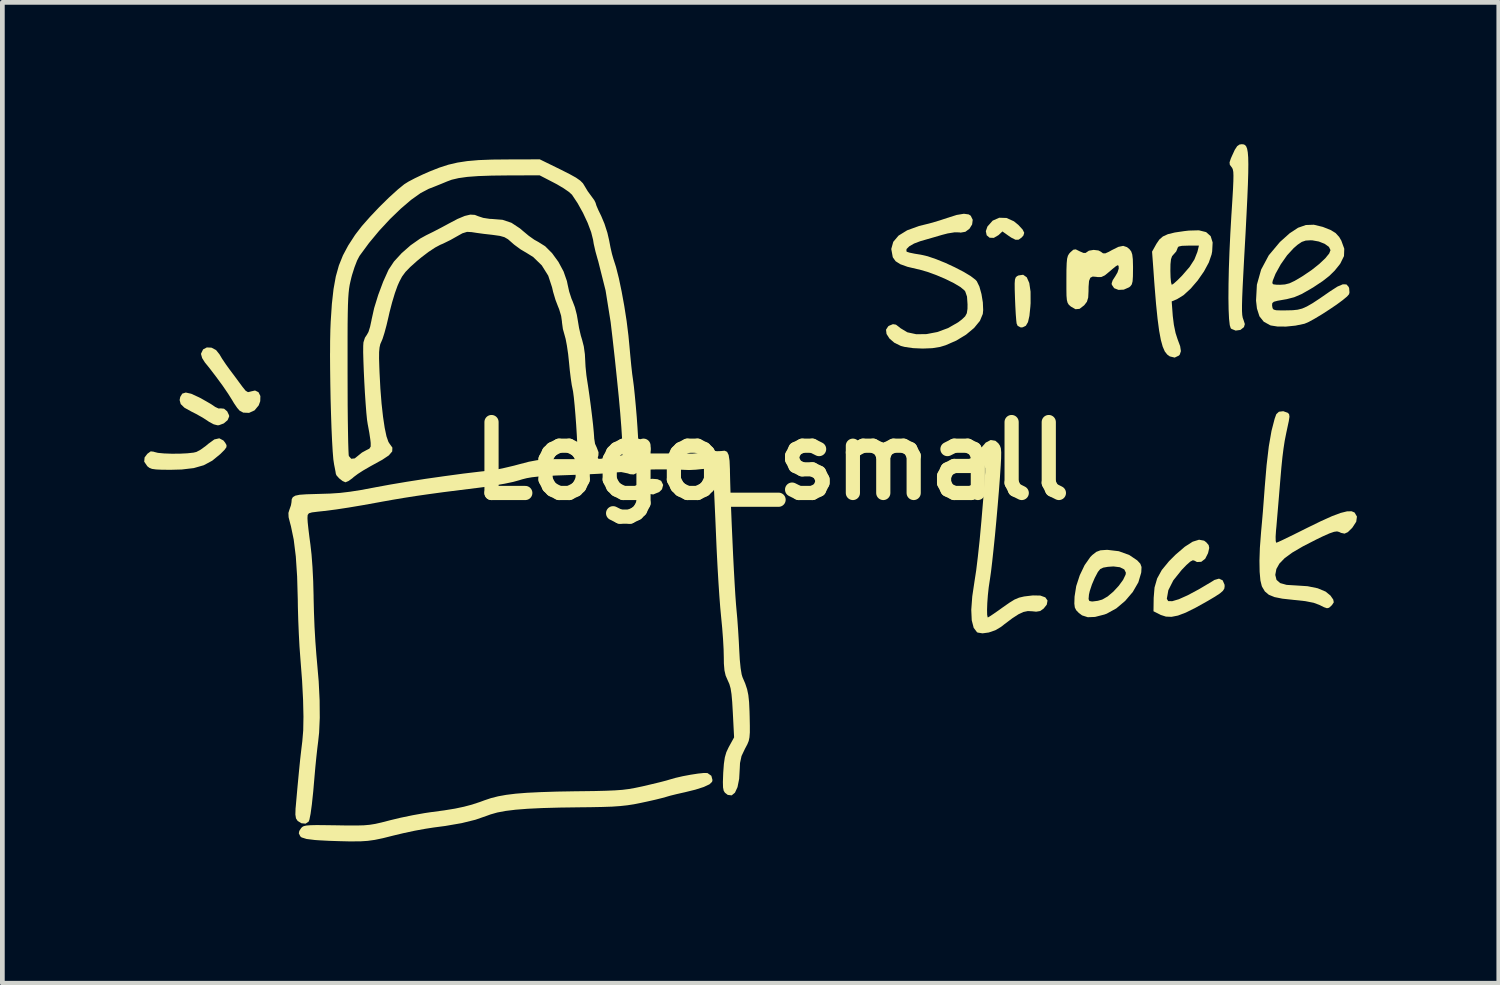
<source format=kicad_pcb>
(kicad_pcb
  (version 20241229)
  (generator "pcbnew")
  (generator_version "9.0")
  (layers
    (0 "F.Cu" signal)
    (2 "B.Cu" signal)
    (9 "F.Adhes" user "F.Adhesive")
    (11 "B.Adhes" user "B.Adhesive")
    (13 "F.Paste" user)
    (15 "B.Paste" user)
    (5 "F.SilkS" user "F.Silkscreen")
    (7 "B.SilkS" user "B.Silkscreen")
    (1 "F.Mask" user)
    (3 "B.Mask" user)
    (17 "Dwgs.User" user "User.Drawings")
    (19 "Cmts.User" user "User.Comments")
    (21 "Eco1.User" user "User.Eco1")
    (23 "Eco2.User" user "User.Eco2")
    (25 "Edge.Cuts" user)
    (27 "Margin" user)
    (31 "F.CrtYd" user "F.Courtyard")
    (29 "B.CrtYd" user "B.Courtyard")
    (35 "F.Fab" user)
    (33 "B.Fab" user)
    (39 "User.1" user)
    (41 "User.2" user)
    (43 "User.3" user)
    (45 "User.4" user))
  (footprint "Logo_small"
    (layer "F.Cu")
    (at 13.274 6.698)
    (property "Reference" "Logo_small" (at 0 0 0) (layer "F.SilkS") (effects (font (size 1.5 1.5) (thickness 0.3))))
    (attr board_only exclude_from_pos_files exclude_from_bom)
    (fp_poly (pts (xy -2.418 0.387) (xy -2.341 0.421) (xy -2.298 0.508) (xy -2.323 0.6) (xy -2.379 0.656) (xy -2.508 0.71) (xy -2.633 0.693) (xy -2.709 0.64) (xy -2.772 0.561) (xy -2.774 0.497) (xy -2.725 0.435) (xy -2.645 0.395) (xy -2.531 0.378)) (stroke (width 0) (type solid)) (fill yes) (layer "F.SilkS"))
    (fp_poly (pts (xy 4.964 -5.138) (xy 5.121 -5.067) (xy 5.218 -4.987) (xy 5.305 -4.892) (xy 5.338 -4.825) (xy 5.321 -4.767) (xy 5.284 -4.725) (xy 5.221 -4.679) (xy 5.154 -4.677) (xy 5.063 -4.723) (xy 5.007 -4.761) (xy 4.877 -4.853) (xy 4.794 -4.775) (xy 4.695 -4.717) (xy 4.606 -4.72) (xy 4.544 -4.772) (xy 4.526 -4.859) (xy 4.56 -4.957) (xy 4.671 -5.082) (xy 4.81 -5.143)) (stroke (width 0) (type solid)) (fill yes) (layer "F.SilkS"))
    (fp_poly (pts (xy 5.392 -3.883) (xy 5.445 -3.763) (xy 5.472 -3.58) (xy 5.473 -3.338) (xy 5.468 -3.263) (xy 5.448 -3.067) (xy 5.418 -2.936) (xy 5.373 -2.859) (xy 5.307 -2.826) (xy 5.266 -2.822) (xy 5.2 -2.855) (xy 5.177 -2.907) (xy 5.169 -2.977) (xy 5.159 -3.104) (xy 5.15 -3.269) (xy 5.143 -3.437) (xy 5.137 -3.626) (xy 5.136 -3.753) (xy 5.142 -3.833) (xy 5.157 -3.879) (xy 5.183 -3.905) (xy 5.215 -3.922) (xy 5.315 -3.937)) (stroke (width 0) (type solid)) (fill yes) (layer "F.SilkS"))
    (fp_poly (pts (xy -12.279 -1.42) (xy -12.116 -1.345) (xy -12.092 -1.333) (xy -11.96 -1.259) (xy -11.848 -1.193) (xy -11.779 -1.146) (xy -11.774 -1.142) (xy -11.701 -1.108) (xy -11.657 -1.111) (xy -11.586 -1.104) (xy -11.519 -1.048) (xy -11.48 -0.966) (xy -11.477 -0.94) (xy -11.51 -0.862) (xy -11.591 -0.793) (xy -11.693 -0.755) (xy -11.724 -0.753) (xy -11.805 -0.774) (xy -11.905 -0.828) (xy -11.932 -0.847) (xy -12.039 -0.916) (xy -12.178 -0.994) (xy -12.277 -1.044) (xy -12.423 -1.125) (xy -12.502 -1.202) (xy -12.525 -1.287) (xy -12.512 -1.353) (xy -12.469 -1.423) (xy -12.394 -1.446)) (stroke (width 0) (type solid)) (fill yes) (layer "F.SilkS"))
    (fp_poly (pts (xy -11.85 -2.395) (xy -11.754 -2.344) (xy -11.682 -2.254) (xy -11.628 -2.163) (xy -11.546 -2.041) (xy -11.462 -1.925) (xy -11.362 -1.792) (xy -11.264 -1.659) (xy -11.199 -1.571) (xy -11.13 -1.485) (xy -11.079 -1.454) (xy -11.027 -1.466) (xy -11.026 -1.467) (xy -10.93 -1.489) (xy -10.857 -1.453) (xy -10.817 -1.372) (xy -10.82 -1.263) (xy -10.852 -1.175) (xy -10.94 -1.069) (xy -11.056 -1.016) (xy -11.179 -1.021) (xy -11.257 -1.063) (xy -11.308 -1.122) (xy -11.375 -1.22) (xy -11.416 -1.289) (xy -11.499 -1.421) (xy -11.615 -1.591) (xy -11.751 -1.776) (xy -11.89 -1.958) (xy -11.992 -2.084) (xy -12.049 -2.175) (xy -12.072 -2.258) (xy -12.072 -2.269) (xy -12.029 -2.358) (xy -11.949 -2.4)) (stroke (width 0) (type solid)) (fill yes) (layer "F.SilkS"))
    (fp_poly (pts (xy -11.599 -0.432) (xy -11.561 -0.384) (xy -11.533 -0.334) (xy -11.535 -0.29) (xy -11.575 -0.234) (xy -11.662 -0.147) (xy -11.671 -0.139) (xy -11.836 -0.004) (xy -12.016 0.092) (xy -12.226 0.152) (xy -12.482 0.182) (xy -12.703 0.188) (xy -12.893 0.187) (xy -13.023 0.181) (xy -13.109 0.169) (xy -13.164 0.147) (xy -13.206 0.115) (xy -13.208 0.113) (xy -13.274 0.017) (xy -13.266 -0.073) (xy -13.207 -0.151) (xy -13.136 -0.202) (xy -13.07 -0.194) (xy -13.059 -0.189) (xy -12.983 -0.17) (xy -12.854 -0.158) (xy -12.693 -0.152) (xy -12.521 -0.153) (xy -12.36 -0.161) (xy -12.231 -0.175) (xy -12.169 -0.19) (xy -12.08 -0.238) (xy -11.971 -0.317) (xy -11.919 -0.361) (xy -11.791 -0.454) (xy -11.686 -0.478)) (stroke (width 0) (type solid)) (fill yes) (layer "F.SilkS"))
    (fp_poly (pts (xy 9.143 1.687) (xy 9.19 1.723) (xy 9.239 1.781) (xy 9.251 1.841) (xy 9.23 1.934) (xy 9.224 1.955) (xy 9.166 2.069) (xy 9.083 2.134) (xy 8.992 2.139) (xy 8.941 2.111) (xy 8.905 2.101) (xy 8.851 2.129) (xy 8.769 2.201) (xy 8.668 2.306) (xy 8.491 2.527) (xy 8.386 2.735) (xy 8.354 2.916) (xy 8.383 2.965) (xy 8.468 2.967) (xy 8.607 2.926) (xy 8.797 2.841) (xy 9.034 2.714) (xy 9.317 2.546) (xy 9.361 2.518) (xy 9.458 2.49) (xy 9.535 2.526) (xy 9.575 2.618) (xy 9.577 2.651) (xy 9.57 2.701) (xy 9.54 2.748) (xy 9.478 2.802) (xy 9.371 2.872) (xy 9.219 2.962) (xy 8.963 3.105) (xy 8.756 3.208) (xy 8.59 3.271) (xy 8.453 3.298) (xy 8.335 3.293) (xy 8.226 3.258) (xy 8.203 3.246) (xy 8.072 3.18) (xy 8.076 2.897) (xy 8.094 2.678) (xy 8.149 2.487) (xy 8.248 2.307) (xy 8.4 2.122) (xy 8.537 1.985) (xy 8.735 1.815) (xy 8.9 1.709) (xy 9.035 1.667)) (stroke (width 0) (type solid)) (fill yes) (layer "F.SilkS"))
    (fp_poly (pts (xy 9.975 -6.695) (xy 10.006 -6.682) (xy 10.032 -6.653) (xy 10.052 -6.603) (xy 10.066 -6.527) (xy 10.075 -6.42) (xy 10.078 -6.276) (xy 10.076 -6.089) (xy 10.069 -5.855) (xy 10.057 -5.567) (xy 10.04 -5.221) (xy 10.019 -4.812) (xy 9.992 -4.333) (xy 9.989 -4.279) (xy 9.971 -3.939) (xy 9.957 -3.666) (xy 9.948 -3.453) (xy 9.944 -3.29) (xy 9.944 -3.17) (xy 9.949 -3.086) (xy 9.959 -3.029) (xy 9.972 -2.991) (xy 9.974 -2.988) (xy 10.004 -2.894) (xy 9.985 -2.829) (xy 9.91 -2.77) (xy 9.81 -2.756) (xy 9.721 -2.792) (xy 9.705 -2.808) (xy 9.685 -2.872) (xy 9.67 -3.005) (xy 9.661 -3.197) (xy 9.657 -3.443) (xy 9.659 -3.734) (xy 9.666 -4.063) (xy 9.679 -4.423) (xy 9.697 -4.806) (xy 9.72 -5.205) (xy 9.723 -5.247) (xy 9.741 -5.532) (xy 9.754 -5.752) (xy 9.761 -5.915) (xy 9.763 -6.031) (xy 9.76 -6.111) (xy 9.75 -6.163) (xy 9.736 -6.197) (xy 9.721 -6.216) (xy 9.686 -6.264) (xy 9.681 -6.315) (xy 9.708 -6.396) (xy 9.729 -6.444) (xy 9.791 -6.579) (xy 9.842 -6.657) (xy 9.891 -6.691) (xy 9.938 -6.698)) (stroke (width 0) (type solid)) (fill yes) (layer "F.SilkS"))
    (fp_poly (pts (xy 7.339 1.91) (xy 7.561 1.991) (xy 7.727 2.103) (xy 7.794 2.175) (xy 7.819 2.244) (xy 7.814 2.347) (xy 7.811 2.368) (xy 7.752 2.568) (xy 7.634 2.772) (xy 7.473 2.961) (xy 7.285 3.12) (xy 7.083 3.231) (xy 7.034 3.249) (xy 6.835 3.3) (xy 6.682 3.306) (xy 6.561 3.267) (xy 6.492 3.215) (xy 6.437 3.158) (xy 6.408 3.1) (xy 6.398 3.018) (xy 6.401 2.922) (xy 6.699 2.922) (xy 6.716 2.963) (xy 6.77 2.973) (xy 6.785 2.973) (xy 6.894 2.959) (xy 6.987 2.933) (xy 7.101 2.868) (xy 7.223 2.765) (xy 7.337 2.642) (xy 7.429 2.516) (xy 7.482 2.406) (xy 7.488 2.364) (xy 7.454 2.295) (xy 7.362 2.249) (xy 7.226 2.232) (xy 7.108 2.24) (xy 7.01 2.257) (xy 6.946 2.287) (xy 6.896 2.349) (xy 6.838 2.459) (xy 6.83 2.474) (xy 6.77 2.614) (xy 6.724 2.753) (xy 6.707 2.829) (xy 6.699 2.922) (xy 6.401 2.922) (xy 6.402 2.889) (xy 6.403 2.867) (xy 6.438 2.647) (xy 6.513 2.418) (xy 6.615 2.205) (xy 6.735 2.034) (xy 6.777 1.991) (xy 6.862 1.924) (xy 6.95 1.891) (xy 7.074 1.882) (xy 7.096 1.881)) (stroke (width 0) (type solid)) (fill yes) (layer "F.SilkS"))
    (fp_poly (pts (xy 9.185 -4.839) (xy 9.281 -4.754) (xy 9.323 -4.62) (xy 9.313 -4.432) (xy 9.301 -4.367) (xy 9.242 -4.196) (xy 9.139 -4.006) (xy 9.006 -3.815) (xy 8.857 -3.642) (xy 8.706 -3.504) (xy 8.569 -3.42) (xy 8.457 -3.373) (xy 8.48 -3.063) (xy 8.503 -2.879) (xy 8.539 -2.705) (xy 8.58 -2.578) (xy 8.636 -2.426) (xy 8.652 -2.322) (xy 8.628 -2.249) (xy 8.61 -2.228) (xy 8.52 -2.185) (xy 8.417 -2.21) (xy 8.364 -2.248) (xy 8.312 -2.313) (xy 8.267 -2.416) (xy 8.227 -2.561) (xy 8.191 -2.756) (xy 8.158 -3.007) (xy 8.126 -3.319) (xy 8.095 -3.698) (xy 8.087 -3.803) (xy 8.072 -4.018) (xy 8.429 -4.018) (xy 8.433 -3.88) (xy 8.443 -3.778) (xy 8.457 -3.727) (xy 8.461 -3.725) (xy 8.501 -3.751) (xy 8.576 -3.818) (xy 8.671 -3.913) (xy 8.682 -3.925) (xy 8.836 -4.103) (xy 8.938 -4.262) (xy 9 -4.419) (xy 9.008 -4.45) (xy 9.033 -4.553) (xy 8.806 -4.553) (xy 8.675 -4.549) (xy 8.604 -4.534) (xy 8.58 -4.504) (xy 8.58 -4.496) (xy 8.553 -4.43) (xy 8.504 -4.375) (xy 8.465 -4.33) (xy 8.442 -4.264) (xy 8.431 -4.159) (xy 8.429 -4.018) (xy 8.072 -4.018) (xy 8.042 -4.426) (xy 8.134 -4.591) (xy 8.195 -4.681) (xy 8.271 -4.747) (xy 8.376 -4.795) (xy 8.524 -4.831) (xy 8.729 -4.861) (xy 8.818 -4.871) (xy 9.032 -4.877)) (stroke (width 0) (type solid)) (fill yes) (layer "F.SilkS"))
    (fp_poly (pts (xy 7.512 -4.521) (xy 7.564 -4.478) (xy 7.601 -4.43) (xy 7.623 -4.365) (xy 7.635 -4.265) (xy 7.639 -4.112) (xy 7.639 -4.066) (xy 7.637 -3.903) (xy 7.63 -3.798) (xy 7.613 -3.733) (xy 7.582 -3.692) (xy 7.555 -3.671) (xy 7.443 -3.622) (xy 7.331 -3.617) (xy 7.24 -3.653) (xy 7.191 -3.725) (xy 7.187 -3.755) (xy 7.209 -3.82) (xy 7.262 -3.902) (xy 7.263 -3.903) (xy 7.311 -3.986) (xy 7.337 -4.068) (xy 7.334 -4.126) (xy 7.314 -4.139) (xy 7.275 -4.116) (xy 7.201 -4.056) (xy 7.141 -4.004) (xy 7.043 -3.924) (xy 6.969 -3.889) (xy 6.891 -3.888) (xy 6.868 -3.892) (xy 6.787 -3.899) (xy 6.736 -3.874) (xy 6.709 -3.806) (xy 6.699 -3.681) (xy 6.698 -3.589) (xy 6.691 -3.455) (xy 6.664 -3.366) (xy 6.608 -3.293) (xy 6.606 -3.291) (xy 6.509 -3.216) (xy 6.423 -3.208) (xy 6.325 -3.264) (xy 6.317 -3.271) (xy 6.28 -3.304) (xy 6.256 -3.343) (xy 6.24 -3.402) (xy 6.232 -3.494) (xy 6.23 -3.634) (xy 6.23 -3.835) (xy 6.23 -3.836) (xy 6.231 -4.039) (xy 6.236 -4.181) (xy 6.245 -4.276) (xy 6.262 -4.339) (xy 6.288 -4.383) (xy 6.315 -4.413) (xy 6.377 -4.467) (xy 6.428 -4.474) (xy 6.503 -4.437) (xy 6.51 -4.433) (xy 6.59 -4.399) (xy 6.638 -4.399) (xy 6.641 -4.402) (xy 6.706 -4.446) (xy 6.806 -4.463) (xy 6.907 -4.451) (xy 6.959 -4.424) (xy 7.004 -4.391) (xy 7.052 -4.389) (xy 7.127 -4.422) (xy 7.191 -4.458) (xy 7.33 -4.527) (xy 7.431 -4.548)) (stroke (width 0) (type solid)) (fill yes) (layer "F.SilkS"))
    (fp_poly (pts (xy 4.728 -0.426) (xy 4.79 -0.373) (xy 4.824 -0.323) (xy 4.844 -0.266) (xy 4.851 -0.181) (xy 4.849 -0.054) (xy 4.841 0.094) (xy 4.824 0.352) (xy 4.802 0.642) (xy 4.776 0.953) (xy 4.748 1.27) (xy 4.719 1.58) (xy 4.689 1.871) (xy 4.661 2.13) (xy 4.636 2.342) (xy 4.614 2.496) (xy 4.61 2.521) (xy 4.587 2.675) (xy 4.569 2.842) (xy 4.557 3.005) (xy 4.552 3.149) (xy 4.554 3.255) (xy 4.565 3.308) (xy 4.57 3.311) (xy 4.605 3.291) (xy 4.688 3.236) (xy 4.803 3.156) (xy 4.875 3.104) (xy 5.022 3.001) (xy 5.132 2.933) (xy 5.229 2.892) (xy 5.336 2.867) (xy 5.478 2.85) (xy 5.521 2.845) (xy 5.678 2.848) (xy 5.784 2.886) (xy 5.831 2.953) (xy 5.815 3.04) (xy 5.748 3.124) (xy 5.676 3.175) (xy 5.59 3.189) (xy 5.504 3.18) (xy 5.414 3.176) (xy 5.322 3.195) (xy 5.218 3.243) (xy 5.087 3.328) (xy 4.918 3.455) (xy 4.847 3.511) (xy 4.728 3.581) (xy 4.589 3.629) (xy 4.456 3.647) (xy 4.355 3.631) (xy 4.339 3.623) (xy 4.269 3.53) (xy 4.228 3.371) (xy 4.218 3.149) (xy 4.239 2.866) (xy 4.288 2.537) (xy 4.322 2.317) (xy 4.357 2.029) (xy 4.395 1.679) (xy 4.432 1.276) (xy 4.47 0.824) (xy 4.503 0.395) (xy 4.512 0.245) (xy 4.512 0.153) (xy 4.499 0.101) (xy 4.469 0.072) (xy 4.436 0.056) (xy 4.355 -0.004) (xy 4.34 -0.094) (xy 4.388 -0.217) (xy 4.418 -0.265) (xy 4.524 -0.387) (xy 4.629 -0.442)) (stroke (width 0) (type solid)) (fill yes) (layer "F.SilkS"))
    (fp_poly (pts (xy 4.164 -5.213) (xy 4.207 -5.185) (xy 4.249 -5.099) (xy 4.236 -5.001) (xy 4.18 -4.91) (xy 4.094 -4.846) (xy 3.992 -4.828) (xy 3.968 -4.833) (xy 3.868 -4.835) (xy 3.719 -4.811) (xy 3.599 -4.78) (xy 3.432 -4.731) (xy 3.262 -4.682) (xy 3.138 -4.646) (xy 3.008 -4.597) (xy 2.908 -4.539) (xy 2.849 -4.481) (xy 2.846 -4.434) (xy 2.859 -4.422) (xy 2.915 -4.404) (xy 3.023 -4.382) (xy 3.153 -4.361) (xy 3.296 -4.328) (xy 3.474 -4.267) (xy 3.67 -4.188) (xy 3.868 -4.096) (xy 4.052 -4.001) (xy 4.204 -3.91) (xy 4.308 -3.83) (xy 4.335 -3.8) (xy 4.39 -3.687) (xy 4.434 -3.529) (xy 4.463 -3.353) (xy 4.47 -3.189) (xy 4.462 -3.108) (xy 4.401 -2.962) (xy 4.278 -2.812) (xy 4.108 -2.67) (xy 3.902 -2.545) (xy 3.675 -2.446) (xy 3.556 -2.41) (xy 3.392 -2.384) (xy 3.192 -2.376) (xy 2.987 -2.385) (xy 2.808 -2.411) (xy 2.728 -2.432) (xy 2.59 -2.5) (xy 2.487 -2.589) (xy 2.426 -2.685) (xy 2.415 -2.775) (xy 2.461 -2.846) (xy 2.481 -2.859) (xy 2.561 -2.892) (xy 2.625 -2.882) (xy 2.703 -2.823) (xy 2.721 -2.807) (xy 2.866 -2.72) (xy 3.055 -2.679) (xy 3.272 -2.682) (xy 3.502 -2.726) (xy 3.729 -2.81) (xy 3.94 -2.931) (xy 4.021 -2.993) (xy 4.089 -3.058) (xy 4.124 -3.123) (xy 4.138 -3.216) (xy 4.139 -3.311) (xy 4.128 -3.475) (xy 4.091 -3.583) (xy 4.073 -3.607) (xy 3.989 -3.677) (xy 3.851 -3.759) (xy 3.677 -3.845) (xy 3.485 -3.927) (xy 3.294 -3.997) (xy 3.121 -4.047) (xy 3.087 -4.054) (xy 2.87 -4.105) (xy 2.717 -4.16) (xy 2.618 -4.223) (xy 2.562 -4.301) (xy 2.557 -4.313) (xy 2.526 -4.482) (xy 2.568 -4.633) (xy 2.68 -4.765) (xy 2.862 -4.877) (xy 3.112 -4.968) (xy 3.274 -5.008) (xy 3.398 -5.04) (xy 3.557 -5.088) (xy 3.704 -5.137) (xy 3.91 -5.202) (xy 4.062 -5.227)) (stroke (width 0) (type solid)) (fill yes) (layer "F.SilkS"))
    (fp_poly (pts (xy 10.911 -1.018) (xy 10.94 -0.988) (xy 10.948 -0.936) (xy 10.934 -0.843) (xy 10.917 -0.764) (xy 10.879 -0.586) (xy 10.847 -0.424) (xy 10.822 -0.261) (xy 10.799 -0.079) (xy 10.777 0.137) (xy 10.754 0.405) (xy 10.744 0.527) (xy 10.724 0.769) (xy 10.704 1.005) (xy 10.686 1.216) (xy 10.672 1.385) (xy 10.663 1.477) (xy 10.655 1.604) (xy 10.657 1.695) (xy 10.668 1.731) (xy 10.669 1.731) (xy 10.71 1.715) (xy 10.808 1.67) (xy 10.95 1.601) (xy 11.127 1.514) (xy 11.323 1.416) (xy 11.614 1.274) (xy 11.847 1.169) (xy 12.028 1.101) (xy 12.165 1.067) (xy 12.262 1.065) (xy 12.325 1.092) (xy 12.375 1.177) (xy 12.36 1.286) (xy 12.28 1.409) (xy 12.269 1.422) (xy 12.182 1.507) (xy 12.113 1.538) (xy 12.038 1.522) (xy 11.999 1.503) (xy 11.954 1.491) (xy 11.89 1.5) (xy 11.794 1.533) (xy 11.652 1.596) (xy 11.522 1.659) (xy 11.233 1.807) (xy 11.009 1.938) (xy 10.845 2.058) (xy 10.735 2.172) (xy 10.671 2.286) (xy 10.649 2.404) (xy 10.649 2.416) (xy 10.674 2.516) (xy 10.751 2.584) (xy 10.887 2.622) (xy 11.083 2.634) (xy 11.331 2.65) (xy 11.545 2.694) (xy 11.712 2.764) (xy 11.814 2.847) (xy 11.874 2.933) (xy 11.885 2.991) (xy 11.848 3.048) (xy 11.832 3.064) (xy 11.785 3.106) (xy 11.741 3.116) (xy 11.677 3.094) (xy 11.581 3.046) (xy 11.46 3.001) (xy 11.283 2.966) (xy 11.04 2.94) (xy 11.031 2.939) (xy 10.8 2.914) (xy 10.63 2.88) (xy 10.511 2.831) (xy 10.428 2.761) (xy 10.37 2.664) (xy 10.362 2.646) (xy 10.333 2.527) (xy 10.317 2.345) (xy 10.313 2.112) (xy 10.322 1.839) (xy 10.345 1.538) (xy 10.349 1.486) (xy 10.366 1.301) (xy 10.386 1.07) (xy 10.405 0.82) (xy 10.423 0.581) (xy 10.424 0.564) (xy 10.464 0.091) (xy 10.511 -0.308) (xy 10.568 -0.635) (xy 10.634 -0.89) (xy 10.669 -0.988) (xy 10.725 -1.04) (xy 10.816 -1.051)) (stroke (width 0) (type solid)) (fill yes) (layer "F.SilkS"))
    (fp_poly (pts (xy 11.646 -4.951) (xy 11.656 -4.948) (xy 11.817 -4.884) (xy 11.924 -4.819) (xy 12 -4.735) (xy 12.045 -4.658) (xy 12.107 -4.487) (xy 12.101 -4.332) (xy 12.025 -4.177) (xy 12.009 -4.154) (xy 11.905 -4.025) (xy 11.791 -3.913) (xy 11.649 -3.802) (xy 11.462 -3.678) (xy 11.388 -3.633) (xy 11.205 -3.529) (xy 11.049 -3.462) (xy 10.89 -3.421) (xy 10.832 -3.411) (xy 10.696 -3.387) (xy 10.618 -3.366) (xy 10.585 -3.338) (xy 10.58 -3.295) (xy 10.582 -3.275) (xy 10.591 -3.228) (xy 10.614 -3.2) (xy 10.668 -3.186) (xy 10.769 -3.183) (xy 10.894 -3.184) (xy 11.018 -3.187) (xy 11.121 -3.198) (xy 11.216 -3.222) (xy 11.316 -3.266) (xy 11.436 -3.335) (xy 11.588 -3.435) (xy 11.786 -3.572) (xy 11.806 -3.586) (xy 11.963 -3.687) (xy 12.076 -3.735) (xy 12.152 -3.733) (xy 12.199 -3.681) (xy 12.21 -3.652) (xy 12.217 -3.562) (xy 12.208 -3.525) (xy 12.165 -3.476) (xy 12.072 -3.399) (xy 11.943 -3.304) (xy 11.792 -3.202) (xy 11.634 -3.1) (xy 11.484 -3.01) (xy 11.357 -2.94) (xy 11.266 -2.901) (xy 11.261 -2.9) (xy 11.074 -2.861) (xy 10.876 -2.841) (xy 10.695 -2.842) (xy 10.555 -2.864) (xy 10.54 -2.869) (xy 10.404 -2.944) (xy 10.313 -3.058) (xy 10.26 -3.223) (xy 10.241 -3.39) (xy 10.259 -3.727) (xy 10.268 -3.759) (xy 10.585 -3.759) (xy 10.607 -3.734) (xy 10.678 -3.726) (xy 10.752 -3.725) (xy 10.852 -3.732) (xy 10.947 -3.756) (xy 11.056 -3.807) (xy 11.202 -3.893) (xy 11.234 -3.913) (xy 11.418 -4.038) (xy 11.579 -4.166) (xy 11.706 -4.286) (xy 11.789 -4.388) (xy 11.816 -4.458) (xy 11.782 -4.527) (xy 11.693 -4.591) (xy 11.569 -4.64) (xy 11.431 -4.665) (xy 11.396 -4.666) (xy 11.292 -4.66) (xy 11.209 -4.632) (xy 11.12 -4.572) (xy 11.036 -4.499) (xy 10.898 -4.349) (xy 10.764 -4.158) (xy 10.653 -3.958) (xy 10.594 -3.81) (xy 10.585 -3.759) (xy 10.268 -3.759) (xy 10.349 -4.047) (xy 10.51 -4.348) (xy 10.742 -4.625) (xy 10.754 -4.637) (xy 10.953 -4.815) (xy 11.129 -4.931) (xy 11.295 -4.989) (xy 11.463 -4.995)) (stroke (width 0) (type solid)) (fill yes) (layer "F.SilkS"))
    (fp_poly (pts (xy -1.362 6.602) (xy -1.359 6.603) (xy -1.279 6.66) (xy -1.255 6.75) (xy -1.264 6.788) (xy -1.319 6.84) (xy -1.439 6.896) (xy -1.617 6.953) (xy -1.844 7.009) (xy -1.863 7.013) (xy -2.013 7.047) (xy -2.15 7.081) (xy -2.239 7.107) (xy -2.322 7.13) (xy -2.458 7.164) (xy -2.626 7.202) (xy -2.766 7.232) (xy -2.916 7.262) (xy -3.059 7.284) (xy -3.208 7.3) (xy -3.378 7.312) (xy -3.584 7.319) (xy -3.842 7.324) (xy -4.045 7.326) (xy -4.483 7.332) (xy -4.852 7.342) (xy -5.162 7.357) (xy -5.419 7.377) (xy -5.631 7.403) (xy -5.806 7.436) (xy -5.95 7.477) (xy -6.018 7.502) (xy -6.268 7.589) (xy -6.56 7.661) (xy -6.907 7.721) (xy -7.15 7.753) (xy -7.33 7.781) (xy -7.554 7.822) (xy -7.792 7.873) (xy -8.005 7.924) (xy -8.224 7.979) (xy -8.396 8.015) (xy -8.547 8.036) (xy -8.701 8.046) (xy -8.884 8.047) (xy -8.946 8.047) (xy -9.156 8.042) (xy -9.37 8.035) (xy -9.56 8.025) (xy -9.663 8.018) (xy -9.841 7.996) (xy -9.946 7.963) (xy -9.973 7.94) (xy -10.004 7.877) (xy -9.994 7.826) (xy -9.956 7.768) (xy -9.933 7.743) (xy -9.899 7.724) (xy -9.844 7.712) (xy -9.756 7.705) (xy -9.625 7.702) (xy -9.44 7.704) (xy -9.213 7.707) (xy -8.966 7.711) (xy -8.777 7.711) (xy -8.629 7.707) (xy -8.505 7.696) (xy -8.387 7.677) (xy -8.259 7.648) (xy -8.103 7.608) (xy -8.077 7.601) (xy -7.848 7.546) (xy -7.592 7.493) (xy -7.345 7.449) (xy -7.211 7.429) (xy -6.928 7.391) (xy -6.701 7.354) (xy -6.512 7.314) (xy -6.342 7.269) (xy -6.172 7.213) (xy -6.077 7.178) (xy -5.94 7.132) (xy -5.79 7.094) (xy -5.618 7.063) (xy -5.417 7.038) (xy -5.177 7.019) (xy -4.889 7.005) (xy -4.546 6.994) (xy -4.139 6.987) (xy -4.026 6.986) (xy -3.734 6.982) (xy -3.502 6.976) (xy -3.317 6.968) (xy -3.163 6.957) (xy -3.028 6.94) (xy -2.897 6.917) (xy -2.754 6.887) (xy -2.709 6.877) (xy -2.527 6.834) (xy -2.361 6.794) (xy -2.231 6.76) (xy -2.164 6.74) (xy -2.038 6.704) (xy -1.882 6.668) (xy -1.716 6.637) (xy -1.56 6.613) (xy -1.435 6.6)) (stroke (width 0) (type solid)) (fill yes) (layer "F.SilkS"))
    (fp_poly (pts (xy -4.469 -6.163) (xy -4.277 -6.066) (xy -4.142 -5.991) (xy -4.052 -5.928) (xy -3.995 -5.871) (xy -3.966 -5.824) (xy -3.894 -5.704) (xy -3.814 -5.595) (xy -3.755 -5.514) (xy -3.726 -5.455) (xy -3.725 -5.449) (xy -3.709 -5.397) (xy -3.667 -5.3) (xy -3.608 -5.179) (xy -3.54 -5.017) (xy -3.478 -4.825) (xy -3.441 -4.665) (xy -3.412 -4.513) (xy -3.381 -4.378) (xy -3.355 -4.287) (xy -3.354 -4.283) (xy -3.296 -4.102) (xy -3.235 -3.862) (xy -3.176 -3.58) (xy -3.12 -3.273) (xy -3.071 -2.958) (xy -3.033 -2.651) (xy -3.012 -2.432) (xy -2.993 -2.223) (xy -2.973 -2.017) (xy -2.953 -1.838) (xy -2.936 -1.717) (xy -2.918 -1.578) (xy -2.898 -1.386) (xy -2.877 -1.162) (xy -2.857 -0.926) (xy -2.841 -0.697) (xy -2.829 -0.498) (xy -2.823 -0.346) (xy -2.822 -0.314) (xy -2.822 -0.158) (xy -2.324 -0.158) (xy -2.123 -0.158) (xy -1.937 -0.157) (xy -1.786 -0.156) (xy -1.688 -0.154) (xy -1.682 -0.154) (xy -1.566 -0.165) (xy -1.471 -0.197) (xy -1.462 -0.203) (xy -1.369 -0.237) (xy -1.27 -0.223) (xy -1.162 -0.205) (xy -1.076 -0.208) (xy -0.999 -0.216) (xy -0.946 -0.192) (xy -0.913 -0.124) (xy -0.894 -0.003) (xy -0.886 0.182) (xy -0.886 0.213) (xy -0.881 0.434) (xy -0.873 0.702) (xy -0.862 1.004) (xy -0.849 1.327) (xy -0.834 1.659) (xy -0.819 1.989) (xy -0.803 2.302) (xy -0.787 2.588) (xy -0.772 2.834) (xy -0.758 3.028) (xy -0.748 3.142) (xy -0.73 3.341) (xy -0.713 3.58) (xy -0.698 3.826) (xy -0.69 3.989) (xy -0.678 4.202) (xy -0.66 4.383) (xy -0.638 4.516) (xy -0.621 4.573) (xy -0.563 4.708) (xy -0.523 4.828) (xy -0.497 4.952) (xy -0.481 5.1) (xy -0.472 5.294) (xy -0.469 5.4) (xy -0.465 5.601) (xy -0.465 5.744) (xy -0.473 5.846) (xy -0.489 5.923) (xy -0.518 5.994) (xy -0.561 6.075) (xy -0.567 6.086) (xy -0.641 6.242) (xy -0.673 6.391) (xy -0.678 6.5) (xy -0.691 6.725) (xy -0.726 6.9) (xy -0.78 7.017) (xy -0.849 7.074) (xy -0.932 7.064) (xy -0.992 7.018) (xy -1.018 6.976) (xy -1.032 6.906) (xy -1.035 6.792) (xy -1.029 6.62) (xy -1.028 6.595) (xy -1.014 6.407) (xy -0.994 6.271) (xy -0.963 6.163) (xy -0.914 6.058) (xy -0.903 6.038) (xy -0.798 5.847) (xy -0.825 5.323) (xy -0.838 5.098) (xy -0.853 4.933) (xy -0.872 4.811) (xy -0.898 4.719) (xy -0.934 4.639) (xy -0.977 4.54) (xy -1.002 4.43) (xy -1.014 4.288) (xy -1.016 4.15) (xy -1.02 3.983) (xy -1.032 3.767) (xy -1.05 3.532) (xy -1.072 3.303) (xy -1.073 3.293) (xy -1.091 3.102) (xy -1.11 2.854) (xy -1.129 2.568) (xy -1.147 2.262) (xy -1.163 1.954) (xy -1.171 1.787) (xy -1.183 1.502) (xy -1.195 1.221) (xy -1.207 0.961) (xy -1.217 0.735) (xy -1.225 0.56) (xy -1.23 0.475) (xy -1.247 0.141) (xy -1.461 0.171) (xy -1.607 0.186) (xy -1.745 0.193) (xy -1.806 0.191) (xy -1.9 0.187) (xy -2.045 0.183) (xy -2.22 0.18) (xy -2.336 0.179) (xy -2.529 0.181) (xy -2.664 0.19) (xy -2.756 0.208) (xy -2.823 0.237) (xy -2.834 0.244) (xy -2.92 0.287) (xy -2.999 0.281) (xy -3.048 0.264) (xy -3.186 0.236) (xy -3.283 0.243) (xy -3.356 0.252) (xy -3.491 0.262) (xy -3.676 0.273) (xy -3.898 0.284) (xy -4.144 0.294) (xy -4.252 0.298) (xy -4.54 0.308) (xy -4.765 0.319) (xy -4.939 0.331) (xy -5.074 0.346) (xy -5.183 0.365) (xy -5.278 0.389) (xy -5.343 0.409) (xy -5.47 0.444) (xy -5.65 0.482) (xy -5.864 0.519) (xy -6.089 0.553) (xy -6.171 0.564) (xy -6.59 0.616) (xy -6.947 0.661) (xy -7.254 0.703) (xy -7.526 0.742) (xy -7.774 0.781) (xy -8.012 0.821) (xy -8.253 0.864) (xy -8.279 0.869) (xy -8.644 0.935) (xy -8.953 0.987) (xy -9.222 1.028) (xy -9.467 1.059) (xy -9.605 1.074) (xy -9.726 1.089) (xy -9.791 1.108) (xy -9.817 1.144) (xy -9.821 1.207) (xy -9.821 1.216) (xy -9.816 1.301) (xy -9.801 1.441) (xy -9.78 1.613) (xy -9.759 1.769) (xy -9.735 1.981) (xy -9.715 2.246) (xy -9.7 2.541) (xy -9.692 2.843) (xy -9.691 2.916) (xy -9.684 3.198) (xy -9.672 3.509) (xy -9.654 3.819) (xy -9.633 4.099) (xy -9.621 4.233) (xy -9.584 4.661) (xy -9.564 5.065) (xy -9.561 5.433) (xy -9.575 5.75) (xy -9.595 5.935) (xy -9.613 6.08) (xy -9.634 6.272) (xy -9.655 6.483) (xy -9.669 6.642) (xy -9.699 6.99) (xy -9.728 7.264) (xy -9.755 7.462) (xy -9.78 7.587) (xy -9.796 7.629) (xy -9.861 7.672) (xy -9.951 7.663) (xy -10.029 7.614) (xy -10.064 7.561) (xy -10.077 7.479) (xy -10.073 7.348) (xy -10.07 7.323) (xy -10.034 6.917) (xy -10.002 6.578) (xy -9.974 6.3) (xy -9.948 6.075) (xy -9.93 5.927) (xy -9.911 5.701) (xy -9.906 5.409) (xy -9.914 5.055) (xy -9.935 4.648) (xy -9.97 4.193) (xy -9.974 4.139) (xy -9.99 3.923) (xy -10.004 3.657) (xy -10.016 3.37) (xy -10.024 3.086) (xy -10.026 2.935) (xy -10.04 2.443) (xy -10.068 2.019) (xy -10.112 1.664) (xy -10.171 1.38) (xy -10.186 1.325) (xy -10.22 1.192) (xy -10.224 1.1) (xy -10.203 1.032) (xy -10.17 0.937) (xy -10.159 0.873) (xy -10.154 0.81) (xy -10.13 0.766) (xy -10.078 0.735) (xy -9.986 0.716) (xy -9.843 0.706) (xy -9.639 0.7) (xy -9.572 0.698) (xy -9.342 0.691) (xy -9.133 0.677) (xy -8.922 0.652) (xy -8.687 0.615) (xy -8.404 0.562) (xy -8.373 0.556) (xy -8.069 0.5) (xy -7.712 0.44) (xy -7.322 0.379) (xy -6.921 0.322) (xy -6.529 0.269) (xy -6.169 0.226) (xy -5.964 0.204) (xy -5.829 0.184) (xy -5.65 0.147) (xy -5.455 0.101) (xy -5.347 0.072) (xy -5.14 0.018) (xy -4.965 -0.015) (xy -4.789 -0.032) (xy -4.577 -0.038) (xy -4.533 -0.038) (xy -4.109 -0.038) (xy -4.111 -0.198) (xy -4.115 -0.356) (xy -4.125 -0.55) (xy -4.138 -0.762) (xy -4.154 -0.976) (xy -4.171 -1.176) (xy -4.188 -1.346) (xy -4.204 -1.469) (xy -4.215 -1.524) (xy -4.232 -1.607) (xy -4.252 -1.744) (xy -4.273 -1.916) (xy -4.288 -2.07) (xy -4.308 -2.259) (xy -4.334 -2.437) (xy -4.361 -2.58) (xy -4.381 -2.653) (xy -4.419 -2.789) (xy -4.438 -2.927) (xy -4.439 -2.947) (xy -4.456 -3.068) (xy -4.499 -3.21) (xy -4.522 -3.266) (xy -4.576 -3.407) (xy -4.626 -3.575) (xy -4.648 -3.671) (xy -4.729 -3.917) (xy -4.866 -4.136) (xy -5.047 -4.312) (xy -5.174 -4.391) (xy -5.314 -4.474) (xy -5.45 -4.574) (xy -5.501 -4.619) (xy -5.58 -4.688) (xy -5.656 -4.732) (xy -5.752 -4.759) (xy -5.894 -4.779) (xy -5.934 -4.784) (xy -6.094 -4.802) (xy -6.24 -4.822) (xy -6.345 -4.838) (xy -6.352 -4.839) (xy -6.446 -4.844) (xy -6.544 -4.814) (xy -6.653 -4.753) (xy -6.797 -4.672) (xy -6.954 -4.595) (xy -7.013 -4.57) (xy -7.12 -4.513) (xy -7.261 -4.42) (xy -7.412 -4.305) (xy -7.502 -4.231) (xy -7.648 -4.1) (xy -7.749 -3.996) (xy -7.821 -3.898) (xy -7.879 -3.788) (xy -7.916 -3.704) (xy -7.972 -3.549) (xy -8.031 -3.353) (xy -8.085 -3.146) (xy -8.107 -3.048) (xy -8.149 -2.87) (xy -8.193 -2.707) (xy -8.233 -2.581) (xy -8.255 -2.529) (xy -8.281 -2.47) (xy -8.297 -2.398) (xy -8.306 -2.301) (xy -8.307 -2.164) (xy -8.301 -1.971) (xy -8.297 -1.871) (xy -8.279 -1.527) (xy -8.254 -1.212) (xy -8.223 -0.934) (xy -8.188 -0.7) (xy -8.15 -0.52) (xy -8.109 -0.402) (xy -8.084 -0.363) (xy -8.025 -0.281) (xy -8.029 -0.2) (xy -8.101 -0.116) (xy -8.242 -0.022) (xy -8.281 -0.001) (xy -8.488 0.113) (xy -8.642 0.202) (xy -8.755 0.275) (xy -8.842 0.34) (xy -8.872 0.367) (xy -8.952 0.425) (xy -9.015 0.451) (xy -9.018 0.452) (xy -9.078 0.426) (xy -9.151 0.369) (xy -9.208 0.305) (xy -9.221 0.273) (xy -9.229 0.222) (xy -9.248 0.125) (xy -9.258 0.075) (xy -9.274 -0.033) (xy -9.288 -0.205) (xy -9.301 -0.429) (xy -9.313 -0.696) (xy -9.323 -0.992) (xy -9.332 -1.308) (xy -9.338 -1.631) (xy -9.342 -1.951) (xy -9.344 -2.256) (xy -9.343 -2.299) (xy -8.973 -2.299) (xy -8.973 -1.903) (xy -8.973 -1.863) (xy -8.972 -1.511) (xy -8.971 -1.181) (xy -8.968 -0.881) (xy -8.964 -0.618) (xy -8.96 -0.401) (xy -8.955 -0.238) (xy -8.95 -0.135) (xy -8.946 -0.103) (xy -8.895 -0.045) (xy -8.821 -0.053) (xy -8.752 -0.109) (xy -8.668 -0.177) (xy -8.578 -0.226) (xy -8.512 -0.259) (xy -8.484 -0.303) (xy -8.484 -0.381) (xy -8.491 -0.446) (xy -8.513 -0.594) (xy -8.54 -0.741) (xy -8.546 -0.771) (xy -8.561 -0.867) (xy -8.576 -1.019) (xy -8.591 -1.213) (xy -8.606 -1.434) (xy -8.619 -1.668) (xy -8.63 -1.9) (xy -8.638 -2.115) (xy -8.643 -2.298) (xy -8.642 -2.434) (xy -8.637 -2.508) (xy -8.606 -2.605) (xy -8.563 -2.67) (xy -8.531 -2.727) (xy -8.497 -2.836) (xy -8.467 -2.974) (xy -8.466 -2.984) (xy -8.411 -3.231) (xy -8.325 -3.51) (xy -8.22 -3.791) (xy -8.106 -4.044) (xy -8.102 -4.05) (xy -7.992 -4.216) (xy -7.831 -4.392) (xy -7.64 -4.56) (xy -7.438 -4.702) (xy -7.311 -4.772) (xy -7.159 -4.847) (xy -6.984 -4.938) (xy -6.849 -5.011) (xy -6.648 -5.117) (xy -6.495 -5.181) (xy -6.377 -5.209) (xy -6.281 -5.203) (xy -6.213 -5.176) (xy -6.104 -5.14) (xy -5.967 -5.119) (xy -5.919 -5.117) (xy -5.695 -5.099) (xy -5.507 -5.036) (xy -5.328 -4.918) (xy -5.26 -4.86) (xy -5.141 -4.761) (xy -5.024 -4.678) (xy -4.939 -4.631) (xy -4.794 -4.54) (xy -4.648 -4.394) (xy -4.514 -4.21) (xy -4.405 -4.007) (xy -4.334 -3.804) (xy -4.32 -3.735) (xy -4.286 -3.582) (xy -4.237 -3.431) (xy -4.212 -3.373) (xy -4.165 -3.249) (xy -4.124 -3.09) (xy -4.104 -2.973) (xy -4.077 -2.811) (xy -4.04 -2.651) (xy -4.012 -2.559) (xy -3.977 -2.422) (xy -3.954 -2.257) (xy -3.949 -2.164) (xy -3.94 -1.993) (xy -3.922 -1.813) (xy -3.91 -1.731) (xy -3.885 -1.57) (xy -3.857 -1.376) (xy -3.829 -1.166) (xy -3.803 -0.957) (xy -3.781 -0.766) (xy -3.766 -0.609) (xy -3.758 -0.502) (xy -3.757 -0.477) (xy -3.739 -0.362) (xy -3.702 -0.281) (xy -3.665 -0.182) (xy -3.668 -0.115) (xy -3.681 -0.072) (xy -3.675 -0.048) (xy -3.636 -0.043) (xy -3.552 -0.053) (xy -3.408 -0.078) (xy -3.399 -0.079) (xy -3.161 -0.121) (xy -3.162 -0.314) (xy -3.168 -0.482) (xy -3.183 -0.716) (xy -3.206 -1.008) (xy -3.237 -1.351) (xy -3.276 -1.737) (xy -3.32 -2.157) (xy -3.37 -2.604) (xy -3.409 -2.935) (xy -3.516 -3.604) (xy -3.672 -4.225) (xy -3.686 -4.271) (xy -3.73 -4.429) (xy -3.767 -4.591) (xy -3.781 -4.678) (xy -3.821 -4.837) (xy -3.895 -5.034) (xy -3.994 -5.246) (xy -4.108 -5.451) (xy -4.225 -5.627) (xy -4.228 -5.631) (xy -4.292 -5.689) (xy -4.405 -5.767) (xy -4.545 -5.85) (xy -4.604 -5.881) (xy -4.911 -6.04) (xy -5.569 -6.038) (xy -5.922 -6.034) (xy -6.209 -6.024) (xy -6.44 -6.007) (xy -6.624 -5.981) (xy -6.77 -5.947) (xy -6.867 -5.911) (xy -6.985 -5.862) (xy -7.136 -5.801) (xy -7.255 -5.755) (xy -7.427 -5.665) (xy -7.628 -5.522) (xy -7.848 -5.334) (xy -8.077 -5.113) (xy -8.305 -4.867) (xy -8.521 -4.607) (xy -8.715 -4.343) (xy -8.722 -4.333) (xy -8.772 -4.237) (xy -8.827 -4.094) (xy -8.879 -3.93) (xy -8.892 -3.881) (xy -8.911 -3.801) (xy -8.928 -3.724) (xy -8.941 -3.643) (xy -8.951 -3.55) (xy -8.959 -3.437) (xy -8.965 -3.296) (xy -8.969 -3.12) (xy -8.972 -2.9) (xy -8.973 -2.629) (xy -8.973 -2.299) (xy -9.343 -2.299) (xy -9.342 -2.535) (xy -9.337 -2.777) (xy -9.33 -2.945) (xy -9.305 -3.32) (xy -9.27 -3.634) (xy -9.222 -3.9) (xy -9.157 -4.133) (xy -9.071 -4.347) (xy -8.96 -4.555) (xy -8.82 -4.771) (xy -8.8 -4.799) (xy -8.671 -4.966) (xy -8.499 -5.161) (xy -8.304 -5.367) (xy -8.101 -5.567) (xy -7.908 -5.742) (xy -7.773 -5.852) (xy -7.685 -5.907) (xy -7.548 -5.979) (xy -7.38 -6.059) (xy -7.236 -6.122) (xy -7.034 -6.202) (xy -6.843 -6.264) (xy -6.651 -6.309) (xy -6.442 -6.341) (xy -6.201 -6.362) (xy -5.915 -6.373) (xy -5.568 -6.376) (xy -4.908 -6.378)) (stroke (width 0) (type solid)) (fill yes) (layer "F.SilkS")))
  (gr_rect
    (start -3 -3)
    (end 28.649 17.745)
    (stroke (width 0.1) (type default))
    (fill no)
    (layer "Edge.Cuts")))
</source>
